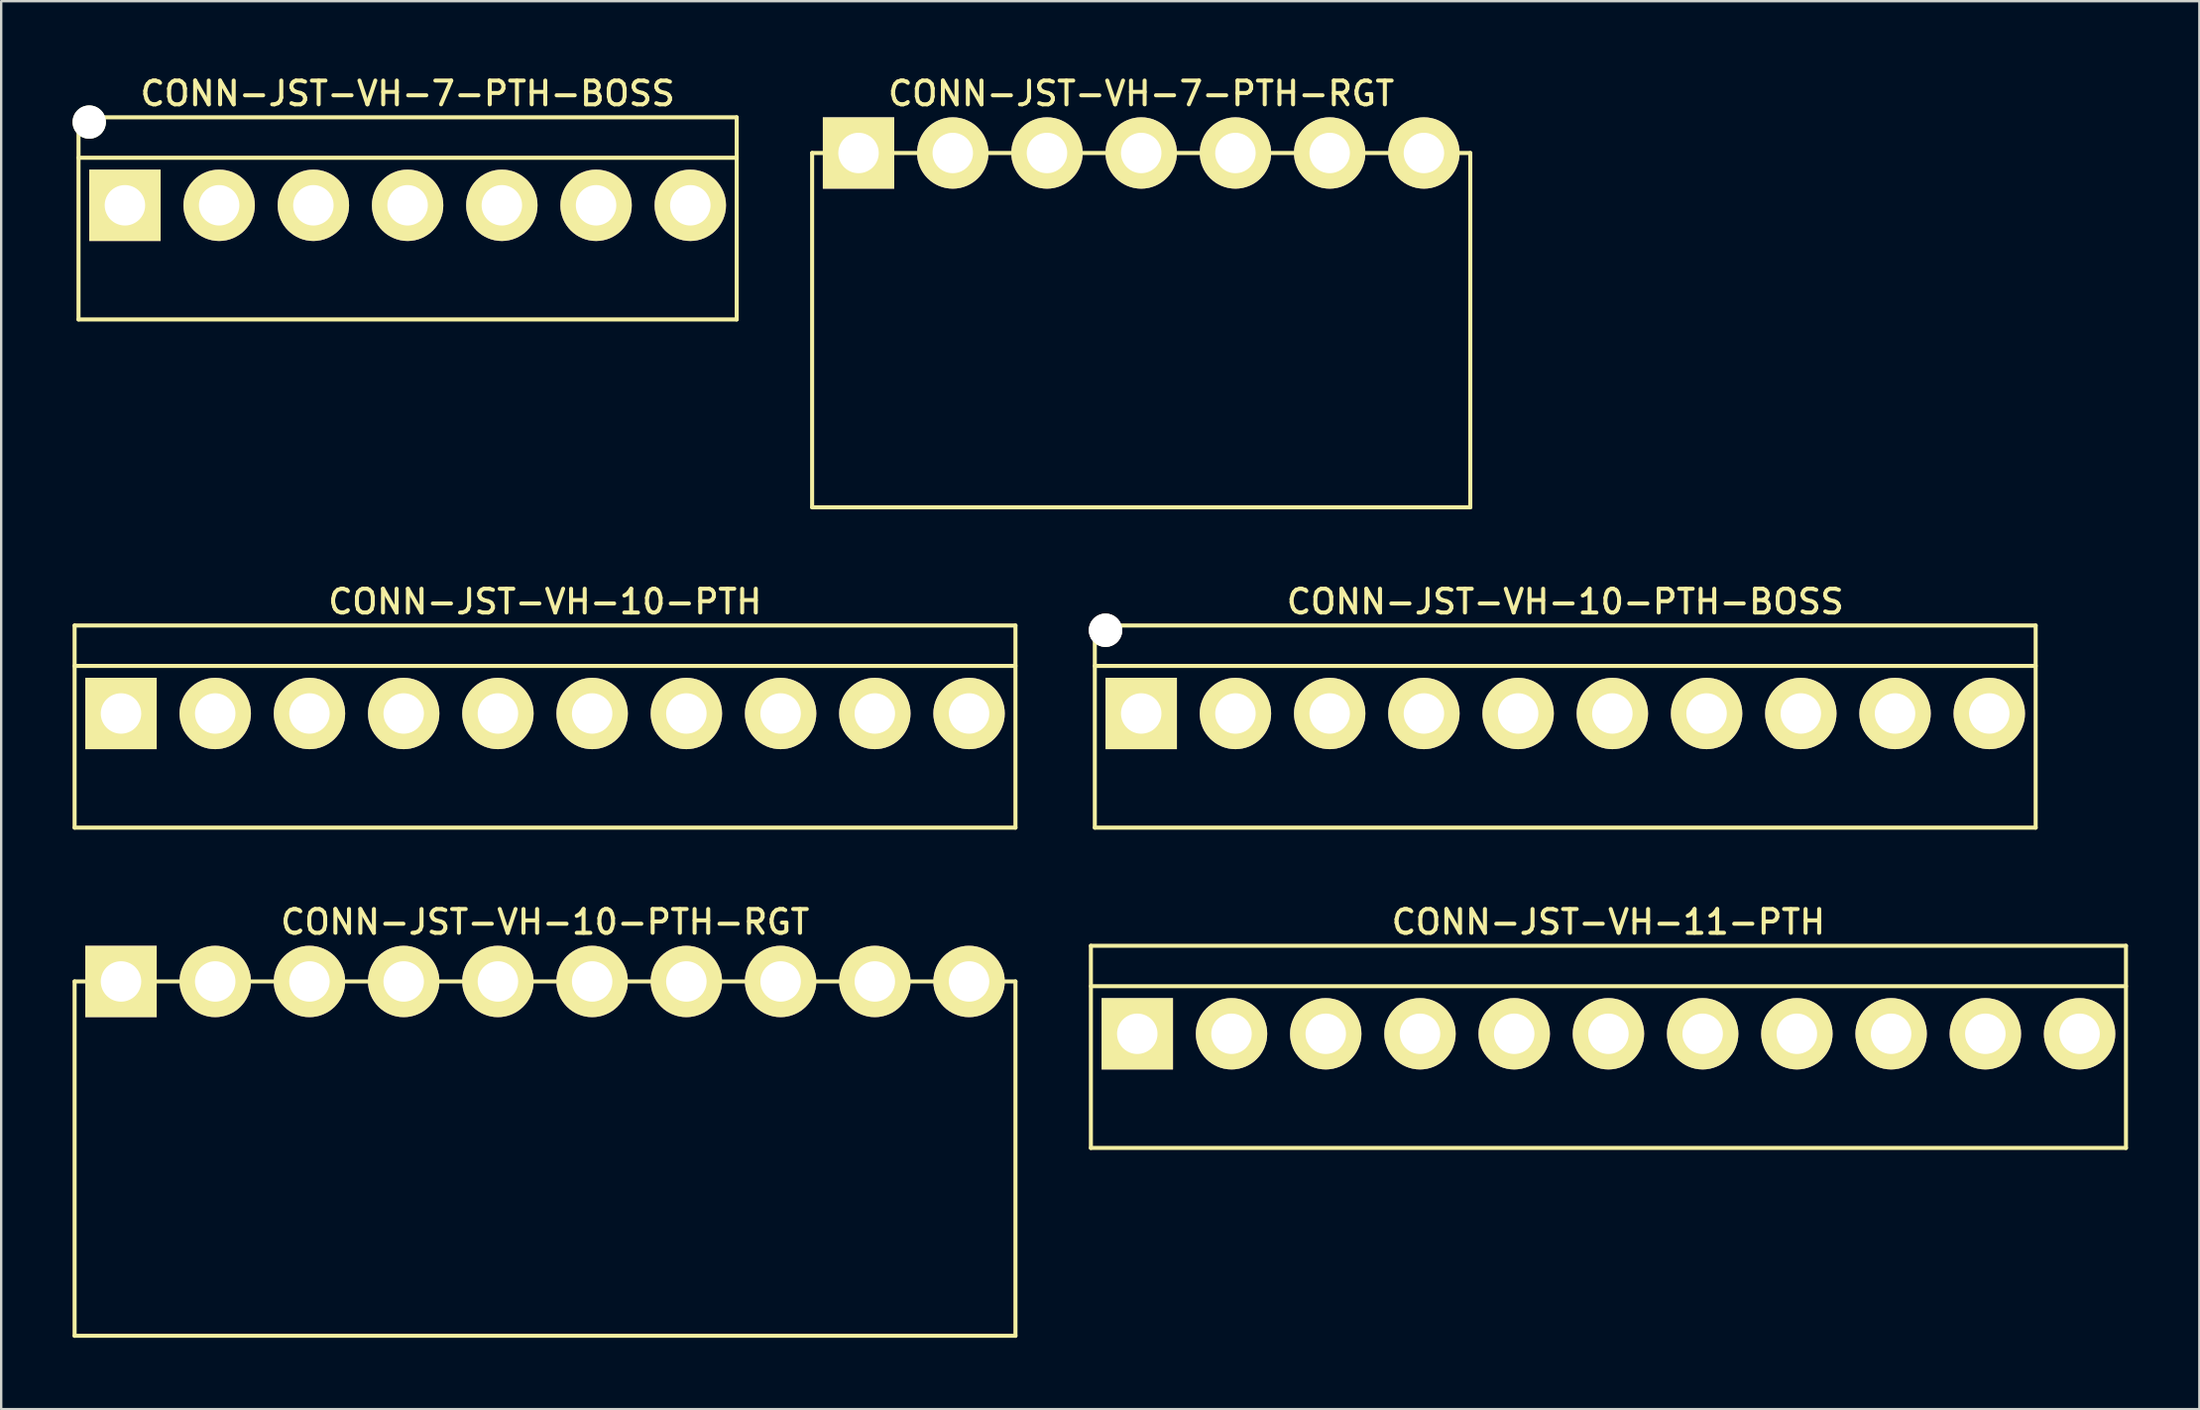
<source format=kicad_pcb>
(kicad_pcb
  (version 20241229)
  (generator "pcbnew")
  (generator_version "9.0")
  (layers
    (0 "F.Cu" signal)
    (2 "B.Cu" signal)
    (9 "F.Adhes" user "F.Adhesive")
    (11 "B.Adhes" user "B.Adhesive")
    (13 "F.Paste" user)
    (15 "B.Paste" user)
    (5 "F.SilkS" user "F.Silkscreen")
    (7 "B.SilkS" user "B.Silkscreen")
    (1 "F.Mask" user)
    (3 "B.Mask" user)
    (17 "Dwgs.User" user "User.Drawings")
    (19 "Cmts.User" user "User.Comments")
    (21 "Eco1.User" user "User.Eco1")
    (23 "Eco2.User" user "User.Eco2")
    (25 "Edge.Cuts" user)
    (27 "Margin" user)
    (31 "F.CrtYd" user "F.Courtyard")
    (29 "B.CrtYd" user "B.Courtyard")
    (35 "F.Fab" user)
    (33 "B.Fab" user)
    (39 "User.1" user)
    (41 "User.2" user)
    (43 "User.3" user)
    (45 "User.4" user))
  (footprint "CONN-JST-VH-11-PTH"
    (layer "F.Cu")
    (at 64.545 40.42)
    (property "Reference" "CONN-JST-VH-11-PTH" (at 0 -4.7 0) (layer "F.SilkS") (effects (font (size 1 1) (thickness 0.17))))
    (attr through_hole)
    (fp_line (start -21.75 -3.7) (end 21.75 -3.7) (stroke (width 0.17) (type solid)) (layer "F.SilkS"))
    (fp_line (start -21.75 -2) (end 21.75 -2) (stroke (width 0.17) (type solid)) (layer "F.SilkS"))
    (fp_line (start -21.75 4.8) (end -21.75 -3.7) (stroke (width 0.17) (type solid)) (layer "F.SilkS"))
    (fp_line (start -21.75 4.8) (end 21.75 4.8) (stroke (width 0.17) (type solid)) (layer "F.SilkS"))
    (fp_line (start 21.75 4.8) (end 21.75 -3.7) (stroke (width 0.17) (type solid)) (layer "F.SilkS"))
    (pad "1" thru_hole rect (at -19.8 0) (size 3 3) (drill 1.7) (layers "*.Cu" "*.Mask" "F.SilkS"))
    (pad "2" thru_hole circle (at -15.84 0) (size 3 3) (drill 1.7) (layers "*.Cu" "*.Mask" "F.SilkS"))
    (pad "3" thru_hole circle (at -11.88 0) (size 3 3) (drill 1.7) (layers "*.Cu" "*.Mask" "F.SilkS"))
    (pad "4" thru_hole circle (at -7.92 0) (size 3 3) (drill 1.7) (layers "*.Cu" "*.Mask" "F.SilkS"))
    (pad "5" thru_hole circle (at -3.96 0) (size 3 3) (drill 1.7) (layers "*.Cu" "*.Mask" "F.SilkS"))
    (pad "6" thru_hole circle (at 0 0) (size 3 3) (drill 1.7) (layers "*.Cu" "*.Mask" "F.SilkS"))
    (pad "7" thru_hole circle (at 3.96 0) (size 3 3) (drill 1.7) (layers "*.Cu" "*.Mask" "F.SilkS"))
    (pad "8" thru_hole circle (at 7.92 0) (size 3 3) (drill 1.7) (layers "*.Cu" "*.Mask" "F.SilkS"))
    (pad "9" thru_hole circle (at 11.88 0) (size 3 3) (drill 1.7) (layers "*.Cu" "*.Mask" "F.SilkS"))
    (pad "10" thru_hole circle (at 15.84 0) (size 3 3) (drill 1.7) (layers "*.Cu" "*.Mask" "F.SilkS"))
    (pad "11" thru_hole circle (at 19.8 0) (size 3 3) (drill 1.7) (layers "*.Cu" "*.Mask" "F.SilkS")))
  (footprint "CONN-JST-VH-7-PTH-RGT"
    (layer "F.Cu")
    (at 44.91 3.383)
    (property "Reference" "CONN-JST-VH-7-PTH-RGT" (at 0 -2.5 0) (layer "F.SilkS") (effects (font (size 1 1) (thickness 0.17))))
    (attr through_hole)
    (fp_line (start -13.83 0) (end 13.83 0) (stroke (width 0.17) (type solid)) (layer "F.SilkS"))
    (fp_line (start -13.83 14.9) (end -13.83 0) (stroke (width 0.17) (type solid)) (layer "F.SilkS"))
    (fp_line (start -13.83 14.9) (end 13.83 14.9) (stroke (width 0.17) (type solid)) (layer "F.SilkS"))
    (fp_line (start 13.83 14.9) (end 13.83 0) (stroke (width 0.17) (type solid)) (layer "F.SilkS"))
    (pad "1" thru_hole rect (at -11.88 0) (size 3 3) (drill 1.7) (layers "*.Cu" "*.Mask" "F.SilkS"))
    (pad "2" thru_hole circle (at -7.92 0) (size 3 3) (drill 1.7) (layers "*.Cu" "*.Mask" "F.SilkS"))
    (pad "3" thru_hole circle (at -3.96 0) (size 3 3) (drill 1.7) (layers "*.Cu" "*.Mask" "F.SilkS"))
    (pad "4" thru_hole circle (at 0 0) (size 3 3) (drill 1.7) (layers "*.Cu" "*.Mask" "F.SilkS"))
    (pad "5" thru_hole circle (at 3.96 0) (size 3 3) (drill 1.7) (layers "*.Cu" "*.Mask" "F.SilkS"))
    (pad "6" thru_hole circle (at 7.92 0) (size 3 3) (drill 1.7) (layers "*.Cu" "*.Mask" "F.SilkS"))
    (pad "7" thru_hole circle (at 11.88 0) (size 3 3) (drill 1.7) (layers "*.Cu" "*.Mask" "F.SilkS")))
  (footprint "CONN-JST-VH-7-PTH-BOSS"
    (layer "F.Cu")
    (at 14.08 5.583)
    (property "Reference" "CONN-JST-VH-7-PTH-BOSS" (at 0 -4.7 0) (layer "F.SilkS") (effects (font (size 1 1) (thickness 0.17))))
    (attr through_hole)
    (fp_line (start -13.83 -3.7) (end 13.83 -3.7) (stroke (width 0.17) (type solid)) (layer "F.SilkS"))
    (fp_line (start -13.83 -2) (end 13.83 -2) (stroke (width 0.17) (type solid)) (layer "F.SilkS"))
    (fp_line (start -13.83 4.8) (end -13.83 -3.7) (stroke (width 0.17) (type solid)) (layer "F.SilkS"))
    (fp_line (start -13.83 4.8) (end 13.83 4.8) (stroke (width 0.17) (type solid)) (layer "F.SilkS"))
    (fp_line (start 13.83 4.8) (end 13.83 -3.7) (stroke (width 0.17) (type solid)) (layer "F.SilkS"))
    (pad "" np_thru_hole circle (at -13.38 -3.5) (size 1.4 1.4) (drill 1.4) (layers "*.Cu" "*.Mask" "F.SilkS"))
    (pad "1" thru_hole rect (at -11.88 0) (size 3 3) (drill 1.7) (layers "*.Cu" "*.Mask" "F.SilkS"))
    (pad "2" thru_hole circle (at -7.92 0) (size 3 3) (drill 1.7) (layers "*.Cu" "*.Mask" "F.SilkS"))
    (pad "3" thru_hole circle (at -3.96 0) (size 3 3) (drill 1.7) (layers "*.Cu" "*.Mask" "F.SilkS"))
    (pad "4" thru_hole circle (at 0 0) (size 3 3) (drill 1.7) (layers "*.Cu" "*.Mask" "F.SilkS"))
    (pad "5" thru_hole circle (at 3.96 0) (size 3 3) (drill 1.7) (layers "*.Cu" "*.Mask" "F.SilkS"))
    (pad "6" thru_hole circle (at 7.92 0) (size 3 3) (drill 1.7) (layers "*.Cu" "*.Mask" "F.SilkS"))
    (pad "7" thru_hole circle (at 11.88 0) (size 3 3) (drill 1.7) (layers "*.Cu" "*.Mask" "F.SilkS")))
  (footprint "CONN-JST-VH-10-PTH-RGT"
    (layer "F.Cu")
    (at 19.855 38.22)
    (property "Reference" "CONN-JST-VH-10-PTH-RGT" (at 0 -2.5 0) (layer "F.SilkS") (effects (font (size 1 1) (thickness 0.17))))
    (attr through_hole)
    (fp_line (start -19.77 0) (end 19.77 0) (stroke (width 0.17) (type solid)) (layer "F.SilkS"))
    (fp_line (start -19.77 14.9) (end -19.77 0) (stroke (width 0.17) (type solid)) (layer "F.SilkS"))
    (fp_line (start -19.77 14.9) (end 19.77 14.9) (stroke (width 0.17) (type solid)) (layer "F.SilkS"))
    (fp_line (start 19.77 14.9) (end 19.77 0) (stroke (width 0.17) (type solid)) (layer "F.SilkS"))
    (pad "1" thru_hole rect (at -17.82 0) (size 3 3) (drill 1.7) (layers "*.Cu" "*.Mask" "F.SilkS"))
    (pad "2" thru_hole circle (at -13.86 0) (size 3 3) (drill 1.7) (layers "*.Cu" "*.Mask" "F.SilkS"))
    (pad "3" thru_hole circle (at -9.9 0) (size 3 3) (drill 1.7) (layers "*.Cu" "*.Mask" "F.SilkS"))
    (pad "4" thru_hole circle (at -5.94 0) (size 3 3) (drill 1.7) (layers "*.Cu" "*.Mask" "F.SilkS"))
    (pad "5" thru_hole circle (at -1.98 0) (size 3 3) (drill 1.7) (layers "*.Cu" "*.Mask" "F.SilkS"))
    (pad "6" thru_hole circle (at 1.98 0) (size 3 3) (drill 1.7) (layers "*.Cu" "*.Mask" "F.SilkS"))
    (pad "7" thru_hole circle (at 5.94 0) (size 3 3) (drill 1.7) (layers "*.Cu" "*.Mask" "F.SilkS"))
    (pad "8" thru_hole circle (at 9.9 0) (size 3 3) (drill 1.7) (layers "*.Cu" "*.Mask" "F.SilkS"))
    (pad "9" thru_hole circle (at 13.86 0) (size 3 3) (drill 1.7) (layers "*.Cu" "*.Mask" "F.SilkS"))
    (pad "10" thru_hole circle (at 17.82 0) (size 3 3) (drill 1.7) (layers "*.Cu" "*.Mask" "F.SilkS")))
  (footprint "CONN-JST-VH-10-PTH-BOSS"
    (layer "F.Cu")
    (at 62.73 26.952)
    (property "Reference" "CONN-JST-VH-10-PTH-BOSS" (at 0 -4.7 0) (layer "F.SilkS") (effects (font (size 1 1) (thickness 0.17))))
    (attr through_hole)
    (fp_line (start -19.77 -3.7) (end 19.77 -3.7) (stroke (width 0.17) (type solid)) (layer "F.SilkS"))
    (fp_line (start -19.77 -2) (end 19.77 -2) (stroke (width 0.17) (type solid)) (layer "F.SilkS"))
    (fp_line (start -19.77 4.8) (end -19.77 -3.7) (stroke (width 0.17) (type solid)) (layer "F.SilkS"))
    (fp_line (start -19.77 4.8) (end 19.77 4.8) (stroke (width 0.17) (type solid)) (layer "F.SilkS"))
    (fp_line (start 19.77 4.8) (end 19.77 -3.7) (stroke (width 0.17) (type solid)) (layer "F.SilkS"))
    (pad "1" thru_hole rect (at -17.82 0) (size 3 3) (drill 1.7) (layers "*.Cu" "*.Mask" "F.SilkS"))
    (pad "2" thru_hole circle (at -13.86 0) (size 3 3) (drill 1.7) (layers "*.Cu" "*.Mask" "F.SilkS"))
    (pad "3" thru_hole circle (at -9.9 0) (size 3 3) (drill 1.7) (layers "*.Cu" "*.Mask" "F.SilkS"))
    (pad "4" thru_hole circle (at -5.94 0) (size 3 3) (drill 1.7) (layers "*.Cu" "*.Mask" "F.SilkS"))
    (pad "5" thru_hole circle (at -1.98 0) (size 3 3) (drill 1.7) (layers "*.Cu" "*.Mask" "F.SilkS"))
    (pad "6" thru_hole circle (at 1.98 0) (size 3 3) (drill 1.7) (layers "*.Cu" "*.Mask" "F.SilkS"))
    (pad "7" thru_hole circle (at 5.94 0) (size 3 3) (drill 1.7) (layers "*.Cu" "*.Mask" "F.SilkS"))
    (pad "8" thru_hole circle (at 9.9 0) (size 3 3) (drill 1.7) (layers "*.Cu" "*.Mask" "F.SilkS"))
    (pad "9" thru_hole circle (at 13.86 0) (size 3 3) (drill 1.7) (layers "*.Cu" "*.Mask" "F.SilkS"))
    (pad "10" thru_hole circle (at 17.82 0) (size 3 3) (drill 1.7) (layers "*.Cu" "*.Mask" "F.SilkS"))
    (pad "M1" thru_hole circle (at -19.32 -3.5) (size 1.4 1.4) (drill 1.4) (layers "*.Cu" "*.Mask" "F.SilkS")))
  (footprint "CONN-JST-VH-10-PTH"
    (layer "F.Cu")
    (at 19.855 26.952)
    (property "Reference" "CONN-JST-VH-10-PTH" (at 0 -4.7 0) (layer "F.SilkS") (effects (font (size 1 1) (thickness 0.17))))
    (attr through_hole)
    (fp_line (start -19.77 -3.7) (end 19.77 -3.7) (stroke (width 0.17) (type solid)) (layer "F.SilkS"))
    (fp_line (start -19.77 -2) (end 19.77 -2) (stroke (width 0.17) (type solid)) (layer "F.SilkS"))
    (fp_line (start -19.77 4.8) (end -19.77 -3.7) (stroke (width 0.17) (type solid)) (layer "F.SilkS"))
    (fp_line (start -19.77 4.8) (end 19.77 4.8) (stroke (width 0.17) (type solid)) (layer "F.SilkS"))
    (fp_line (start 19.77 4.8) (end 19.77 -3.7) (stroke (width 0.17) (type solid)) (layer "F.SilkS"))
    (pad "1" thru_hole rect (at -17.82 0) (size 3 3) (drill 1.7) (layers "*.Cu" "*.Mask" "F.SilkS"))
    (pad "2" thru_hole circle (at -13.86 0) (size 3 3) (drill 1.7) (layers "*.Cu" "*.Mask" "F.SilkS"))
    (pad "3" thru_hole circle (at -9.9 0) (size 3 3) (drill 1.7) (layers "*.Cu" "*.Mask" "F.SilkS"))
    (pad "4" thru_hole circle (at -5.94 0) (size 3 3) (drill 1.7) (layers "*.Cu" "*.Mask" "F.SilkS"))
    (pad "5" thru_hole circle (at -1.98 0) (size 3 3) (drill 1.7) (layers "*.Cu" "*.Mask" "F.SilkS"))
    (pad "6" thru_hole circle (at 1.98 0) (size 3 3) (drill 1.7) (layers "*.Cu" "*.Mask" "F.SilkS"))
    (pad "7" thru_hole circle (at 5.94 0) (size 3 3) (drill 1.7) (layers "*.Cu" "*.Mask" "F.SilkS"))
    (pad "8" thru_hole circle (at 9.9 0) (size 3 3) (drill 1.7) (layers "*.Cu" "*.Mask" "F.SilkS"))
    (pad "9" thru_hole circle (at 13.86 0) (size 3 3) (drill 1.7) (layers "*.Cu" "*.Mask" "F.SilkS"))
    (pad "10" thru_hole circle (at 17.82 0) (size 3 3) (drill 1.7) (layers "*.Cu" "*.Mask" "F.SilkS")))
  (gr_rect
    (start -3 -3)
    (end 89.38 56.205)
    (stroke (width 0.1) (type default))
    (fill no)
    (layer "Edge.Cuts")))
</source>
